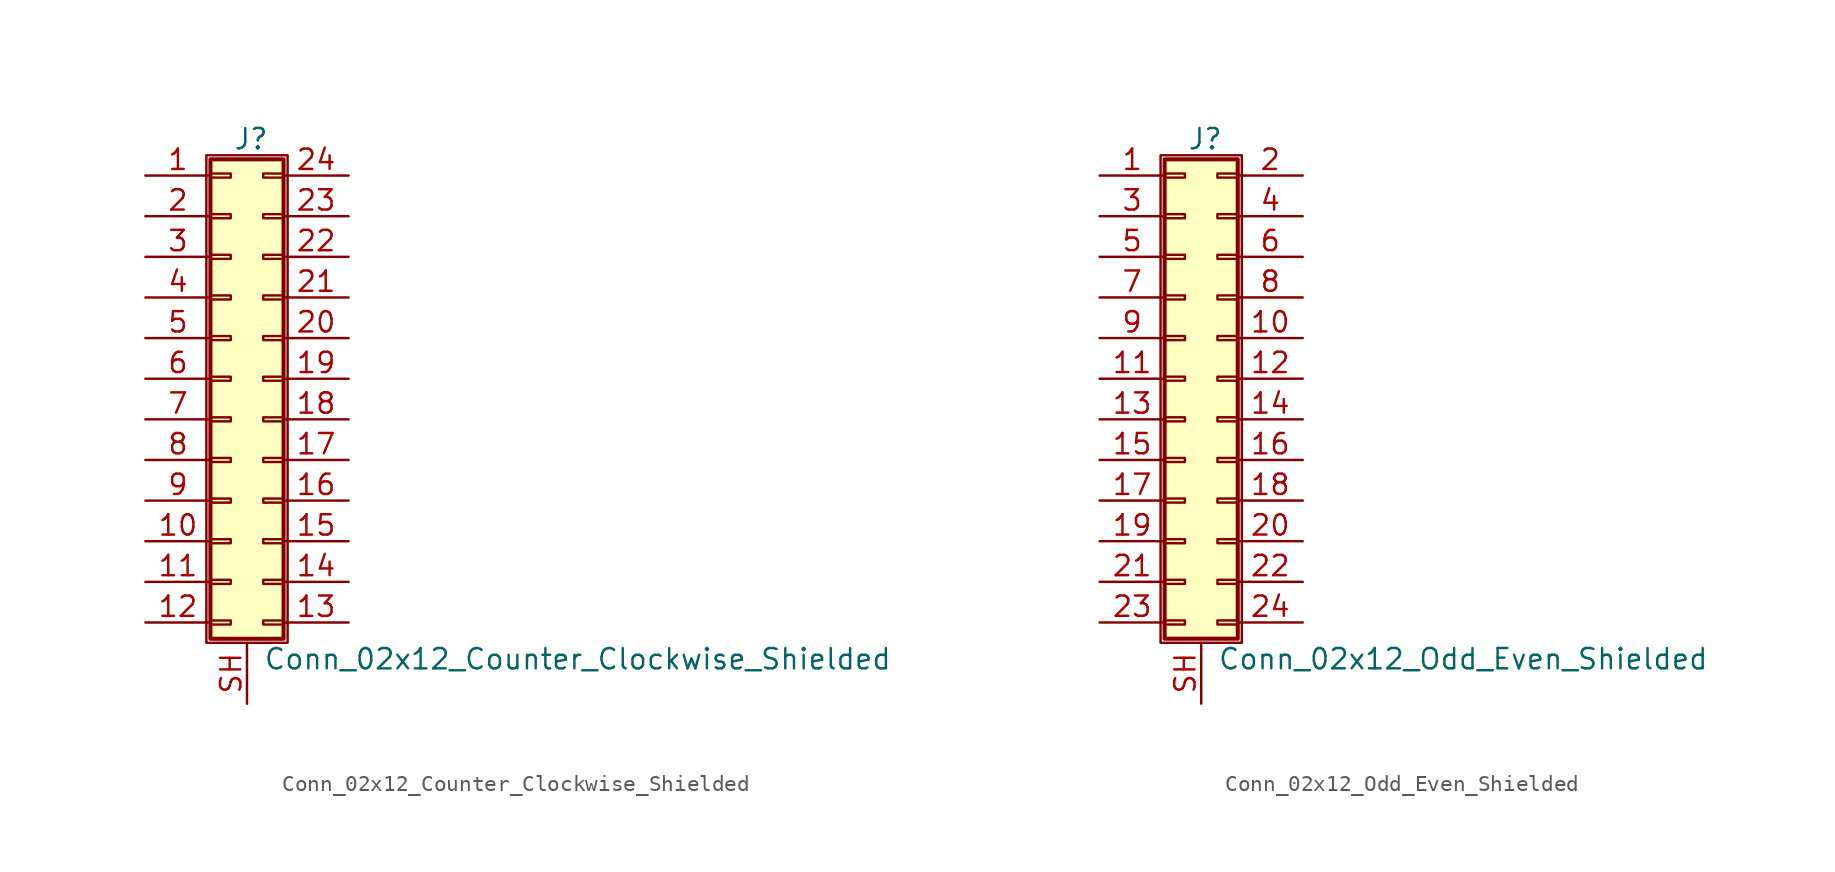
<source format=kicad_sym>
(kicad_symbol_lib
  (version 20201005)
  (generator kicad_symbol_editor)
  (symbol "Conn_02x12_Counter_Clockwise_Shielded"
    (pin_names
      (offset 1.016) hide)
    (property "Reference" "J"
      (at 1.524 14.986 0)
      (effects (font (size 1.27 1.27))))
    (property "Value" "Conn_02x12_Counter_Clockwise_Shielded"
      (at 2.286 -17.526 0)
      (effects (font (size 1.27 1.27)) (justify left)))
    (symbol "Conn_02x12_Counter_Clockwise_Shielded_1_1"
      (rectangle (start -1.27 13.97) (end 3.81 -16.51) (stroke (width 0.152)) (fill (type none)))
      (rectangle (start -1.016 -15.113) (end 0.254 -15.367) (stroke (width 0.152)) (fill (type none)))
      (rectangle (start -1.016 -12.573) (end 0.254 -12.827) (stroke (width 0.152)) (fill (type none)))
      (rectangle (start -1.016 -10.033) (end 0.254 -10.287) (stroke (width 0.152)) (fill (type none)))
      (rectangle (start -1.016 -7.493) (end 0.254 -7.747) (stroke (width 0.152)) (fill (type none)))
      (rectangle (start -1.016 -4.953) (end 0.254 -5.207) (stroke (width 0.152)) (fill (type none)))
      (rectangle (start -1.016 -2.413) (end 0.254 -2.667) (stroke (width 0.152)) (fill (type none)))
      (rectangle (start -1.016 0.127) (end 0.254 -0.127) (stroke (width 0.152)) (fill (type none)))
      (rectangle (start -1.016 2.667) (end 0.254 2.413) (stroke (width 0.152)) (fill (type none)))
      (rectangle (start -1.016 5.207) (end 0.254 4.953) (stroke (width 0.152)) (fill (type none)))
      (rectangle (start -1.016 7.747) (end 0.254 7.493) (stroke (width 0.152)) (fill (type none)))
      (rectangle (start -1.016 10.287) (end 0.254 10.033) (stroke (width 0.152)) (fill (type none)))
      (rectangle (start -1.016 12.827) (end 0.254 12.573) (stroke (width 0.152)) (fill (type none)))
      (rectangle (start 3.556 -15.113) (end 2.286 -15.367) (stroke (width 0.152)) (fill (type none)))
      (rectangle (start 3.556 -12.573) (end 2.286 -12.827) (stroke (width 0.152)) (fill (type none)))
      (rectangle (start 3.556 -10.033) (end 2.286 -10.287) (stroke (width 0.152)) (fill (type none)))
      (rectangle (start 3.556 -7.493) (end 2.286 -7.747) (stroke (width 0.152)) (fill (type none)))
      (rectangle (start 3.556 -4.953) (end 2.286 -5.207) (stroke (width 0.152)) (fill (type none)))
      (rectangle (start 3.556 -2.413) (end 2.286 -2.667) (stroke (width 0.152)) (fill (type none)))
      (rectangle (start 3.556 0.127) (end 2.286 -0.127) (stroke (width 0.152)) (fill (type none)))
      (rectangle (start 3.556 2.667) (end 2.286 2.413) (stroke (width 0.152)) (fill (type none)))
      (rectangle (start 3.556 5.207) (end 2.286 4.953) (stroke (width 0.152)) (fill (type none)))
      (rectangle (start 3.556 7.747) (end 2.286 7.493) (stroke (width 0.152)) (fill (type none)))
      (rectangle (start 3.556 10.287) (end 2.286 10.033) (stroke (width 0.152)) (fill (type none)))
      (rectangle (start 3.556 12.827) (end 2.286 12.573) (stroke (width 0.152)) (fill (type none)))
      (rectangle (start -1.016 13.716) (end 3.556 -16.256) (stroke (width 0.254)) (fill (type background)))
      (pin passive line (at -5.08 12.7 0) (length 4.064) (name "Pin_1" (effects (font (size 1.27 1.27)))) (number "1" (effects (font (size 1.27 1.27)))))
      (pin passive line (at -5.08 -10.16 0) (length 4.064) (name "Pin_10" (effects (font (size 1.27 1.27)))) (number "10" (effects (font (size 1.27 1.27)))))
      (pin passive line (at -5.08 -12.7 0) (length 4.064) (name "Pin_11" (effects (font (size 1.27 1.27)))) (number "11" (effects (font (size 1.27 1.27)))))
      (pin passive line (at -5.08 -15.24 0) (length 4.064) (name "Pin_12" (effects (font (size 1.27 1.27)))) (number "12" (effects (font (size 1.27 1.27)))))
      (pin passive line (at 7.62 -15.24 180) (length 4.064) (name "Pin_13" (effects (font (size 1.27 1.27)))) (number "13" (effects (font (size 1.27 1.27)))))
      (pin passive line (at 7.62 -12.7 180) (length 4.064) (name "Pin_14" (effects (font (size 1.27 1.27)))) (number "14" (effects (font (size 1.27 1.27)))))
      (pin passive line (at 7.62 -10.16 180) (length 4.064) (name "Pin_15" (effects (font (size 1.27 1.27)))) (number "15" (effects (font (size 1.27 1.27)))))
      (pin passive line (at 7.62 -7.62 180) (length 4.064) (name "Pin_16" (effects (font (size 1.27 1.27)))) (number "16" (effects (font (size 1.27 1.27)))))
      (pin passive line (at 7.62 -5.08 180) (length 4.064) (name "Pin_17" (effects (font (size 1.27 1.27)))) (number "17" (effects (font (size 1.27 1.27)))))
      (pin passive line (at 7.62 -2.54 180) (length 4.064) (name "Pin_18" (effects (font (size 1.27 1.27)))) (number "18" (effects (font (size 1.27 1.27)))))
      (pin passive line (at 7.62 0 180) (length 4.064) (name "Pin_19" (effects (font (size 1.27 1.27)))) (number "19" (effects (font (size 1.27 1.27)))))
      (pin passive line (at -5.08 10.16 0) (length 4.064) (name "Pin_2" (effects (font (size 1.27 1.27)))) (number "2" (effects (font (size 1.27 1.27)))))
      (pin passive line (at 7.62 2.54 180) (length 4.064) (name "Pin_20" (effects (font (size 1.27 1.27)))) (number "20" (effects (font (size 1.27 1.27)))))
      (pin passive line (at 7.62 5.08 180) (length 4.064) (name "Pin_21" (effects (font (size 1.27 1.27)))) (number "21" (effects (font (size 1.27 1.27)))))
      (pin passive line (at 7.62 7.62 180) (length 4.064) (name "Pin_22" (effects (font (size 1.27 1.27)))) (number "22" (effects (font (size 1.27 1.27)))))
      (pin passive line (at 7.62 10.16 180) (length 4.064) (name "Pin_23" (effects (font (size 1.27 1.27)))) (number "23" (effects (font (size 1.27 1.27)))))
      (pin passive line (at 7.62 12.7 180) (length 4.064) (name "Pin_24" (effects (font (size 1.27 1.27)))) (number "24" (effects (font (size 1.27 1.27)))))
      (pin passive line (at -5.08 7.62 0) (length 4.064) (name "Pin_3" (effects (font (size 1.27 1.27)))) (number "3" (effects (font (size 1.27 1.27)))))
      (pin passive line (at -5.08 5.08 0) (length 4.064) (name "Pin_4" (effects (font (size 1.27 1.27)))) (number "4" (effects (font (size 1.27 1.27)))))
      (pin passive line (at -5.08 2.54 0) (length 4.064) (name "Pin_5" (effects (font (size 1.27 1.27)))) (number "5" (effects (font (size 1.27 1.27)))))
      (pin passive line (at -5.08 0 0) (length 4.064) (name "Pin_6" (effects (font (size 1.27 1.27)))) (number "6" (effects (font (size 1.27 1.27)))))
      (pin passive line (at -5.08 -2.54 0) (length 4.064) (name "Pin_7" (effects (font (size 1.27 1.27)))) (number "7" (effects (font (size 1.27 1.27)))))
      (pin passive line (at -5.08 -5.08 0) (length 4.064) (name "Pin_8" (effects (font (size 1.27 1.27)))) (number "8" (effects (font (size 1.27 1.27)))))
      (pin passive line (at -5.08 -7.62 0) (length 4.064) (name "Pin_9" (effects (font (size 1.27 1.27)))) (number "9" (effects (font (size 1.27 1.27)))))
      (pin passive line (at 1.27 -20.32 90) (length 3.81) (name "Shield" (effects (font (size 1.27 1.27)))) (number "SH" (effects (font (size 1.27 1.27)))))))
  (symbol "Conn_02x12_Odd_Even_Shielded"
    (pin_names
      (offset 1.016) hide)
    (property "Reference" "J"
      (at 1.524 14.986 0)
      (effects (font (size 1.27 1.27))))
    (property "Value" "Conn_02x12_Odd_Even_Shielded"
      (at 2.286 -17.526 0)
      (effects (font (size 1.27 1.27)) (justify left)))
    (symbol "Conn_02x12_Odd_Even_Shielded_1_1"
      (rectangle (start -1.27 13.97) (end 3.81 -16.51) (stroke (width 0.152)) (fill (type none)))
      (rectangle (start -1.016 -15.113) (end 0.254 -15.367) (stroke (width 0.152)) (fill (type none)))
      (rectangle (start -1.016 -12.573) (end 0.254 -12.827) (stroke (width 0.152)) (fill (type none)))
      (rectangle (start -1.016 -10.033) (end 0.254 -10.287) (stroke (width 0.152)) (fill (type none)))
      (rectangle (start -1.016 -7.493) (end 0.254 -7.747) (stroke (width 0.152)) (fill (type none)))
      (rectangle (start -1.016 -4.953) (end 0.254 -5.207) (stroke (width 0.152)) (fill (type none)))
      (rectangle (start -1.016 -2.413) (end 0.254 -2.667) (stroke (width 0.152)) (fill (type none)))
      (rectangle (start -1.016 0.127) (end 0.254 -0.127) (stroke (width 0.152)) (fill (type none)))
      (rectangle (start -1.016 2.667) (end 0.254 2.413) (stroke (width 0.152)) (fill (type none)))
      (rectangle (start -1.016 5.207) (end 0.254 4.953) (stroke (width 0.152)) (fill (type none)))
      (rectangle (start -1.016 7.747) (end 0.254 7.493) (stroke (width 0.152)) (fill (type none)))
      (rectangle (start -1.016 10.287) (end 0.254 10.033) (stroke (width 0.152)) (fill (type none)))
      (rectangle (start -1.016 12.827) (end 0.254 12.573) (stroke (width 0.152)) (fill (type none)))
      (rectangle (start 3.556 -15.113) (end 2.286 -15.367) (stroke (width 0.152)) (fill (type none)))
      (rectangle (start 3.556 -12.573) (end 2.286 -12.827) (stroke (width 0.152)) (fill (type none)))
      (rectangle (start 3.556 -10.033) (end 2.286 -10.287) (stroke (width 0.152)) (fill (type none)))
      (rectangle (start 3.556 -7.493) (end 2.286 -7.747) (stroke (width 0.152)) (fill (type none)))
      (rectangle (start 3.556 -4.953) (end 2.286 -5.207) (stroke (width 0.152)) (fill (type none)))
      (rectangle (start 3.556 -2.413) (end 2.286 -2.667) (stroke (width 0.152)) (fill (type none)))
      (rectangle (start 3.556 0.127) (end 2.286 -0.127) (stroke (width 0.152)) (fill (type none)))
      (rectangle (start 3.556 2.667) (end 2.286 2.413) (stroke (width 0.152)) (fill (type none)))
      (rectangle (start 3.556 5.207) (end 2.286 4.953) (stroke (width 0.152)) (fill (type none)))
      (rectangle (start 3.556 7.747) (end 2.286 7.493) (stroke (width 0.152)) (fill (type none)))
      (rectangle (start 3.556 10.287) (end 2.286 10.033) (stroke (width 0.152)) (fill (type none)))
      (rectangle (start 3.556 12.827) (end 2.286 12.573) (stroke (width 0.152)) (fill (type none)))
      (rectangle (start -1.016 13.716) (end 3.556 -16.256) (stroke (width 0.254)) (fill (type background)))
      (pin passive line (at -5.08 12.7 0) (length 4.064) (name "Pin_1" (effects (font (size 1.27 1.27)))) (number "1" (effects (font (size 1.27 1.27)))))
      (pin passive line (at 7.62 2.54 180) (length 4.064) (name "Pin_10" (effects (font (size 1.27 1.27)))) (number "10" (effects (font (size 1.27 1.27)))))
      (pin passive line (at -5.08 0 0) (length 4.064) (name "Pin_11" (effects (font (size 1.27 1.27)))) (number "11" (effects (font (size 1.27 1.27)))))
      (pin passive line (at 7.62 0 180) (length 4.064) (name "Pin_12" (effects (font (size 1.27 1.27)))) (number "12" (effects (font (size 1.27 1.27)))))
      (pin passive line (at -5.08 -2.54 0) (length 4.064) (name "Pin_13" (effects (font (size 1.27 1.27)))) (number "13" (effects (font (size 1.27 1.27)))))
      (pin passive line (at 7.62 -2.54 180) (length 4.064) (name "Pin_14" (effects (font (size 1.27 1.27)))) (number "14" (effects (font (size 1.27 1.27)))))
      (pin passive line (at -5.08 -5.08 0) (length 4.064) (name "Pin_15" (effects (font (size 1.27 1.27)))) (number "15" (effects (font (size 1.27 1.27)))))
      (pin passive line (at 7.62 -5.08 180) (length 4.064) (name "Pin_16" (effects (font (size 1.27 1.27)))) (number "16" (effects (font (size 1.27 1.27)))))
      (pin passive line (at -5.08 -7.62 0) (length 4.064) (name "Pin_17" (effects (font (size 1.27 1.27)))) (number "17" (effects (font (size 1.27 1.27)))))
      (pin passive line (at 7.62 -7.62 180) (length 4.064) (name "Pin_18" (effects (font (size 1.27 1.27)))) (number "18" (effects (font (size 1.27 1.27)))))
      (pin passive line (at -5.08 -10.16 0) (length 4.064) (name "Pin_19" (effects (font (size 1.27 1.27)))) (number "19" (effects (font (size 1.27 1.27)))))
      (pin passive line (at 7.62 12.7 180) (length 4.064) (name "Pin_2" (effects (font (size 1.27 1.27)))) (number "2" (effects (font (size 1.27 1.27)))))
      (pin passive line (at 7.62 -10.16 180) (length 4.064) (name "Pin_20" (effects (font (size 1.27 1.27)))) (number "20" (effects (font (size 1.27 1.27)))))
      (pin passive line (at -5.08 -12.7 0) (length 4.064) (name "Pin_21" (effects (font (size 1.27 1.27)))) (number "21" (effects (font (size 1.27 1.27)))))
      (pin passive line (at 7.62 -12.7 180) (length 4.064) (name "Pin_22" (effects (font (size 1.27 1.27)))) (number "22" (effects (font (size 1.27 1.27)))))
      (pin passive line (at -5.08 -15.24 0) (length 4.064) (name "Pin_23" (effects (font (size 1.27 1.27)))) (number "23" (effects (font (size 1.27 1.27)))))
      (pin passive line (at 7.62 -15.24 180) (length 4.064) (name "Pin_24" (effects (font (size 1.27 1.27)))) (number "24" (effects (font (size 1.27 1.27)))))
      (pin passive line (at -5.08 10.16 0) (length 4.064) (name "Pin_3" (effects (font (size 1.27 1.27)))) (number "3" (effects (font (size 1.27 1.27)))))
      (pin passive line (at 7.62 10.16 180) (length 4.064) (name "Pin_4" (effects (font (size 1.27 1.27)))) (number "4" (effects (font (size 1.27 1.27)))))
      (pin passive line (at -5.08 7.62 0) (length 4.064) (name "Pin_5" (effects (font (size 1.27 1.27)))) (number "5" (effects (font (size 1.27 1.27)))))
      (pin passive line (at 7.62 7.62 180) (length 4.064) (name "Pin_6" (effects (font (size 1.27 1.27)))) (number "6" (effects (font (size 1.27 1.27)))))
      (pin passive line (at -5.08 5.08 0) (length 4.064) (name "Pin_7" (effects (font (size 1.27 1.27)))) (number "7" (effects (font (size 1.27 1.27)))))
      (pin passive line (at 7.62 5.08 180) (length 4.064) (name "Pin_8" (effects (font (size 1.27 1.27)))) (number "8" (effects (font (size 1.27 1.27)))))
      (pin passive line (at -5.08 2.54 0) (length 4.064) (name "Pin_9" (effects (font (size 1.27 1.27)))) (number "9" (effects (font (size 1.27 1.27)))))
      (pin passive line (at 1.27 -20.32 90) (length 3.81) (name "Shield" (effects (font (size 1.27 1.27)))) (number "SH" (effects (font (size 1.27 1.27))))))))
</source>
